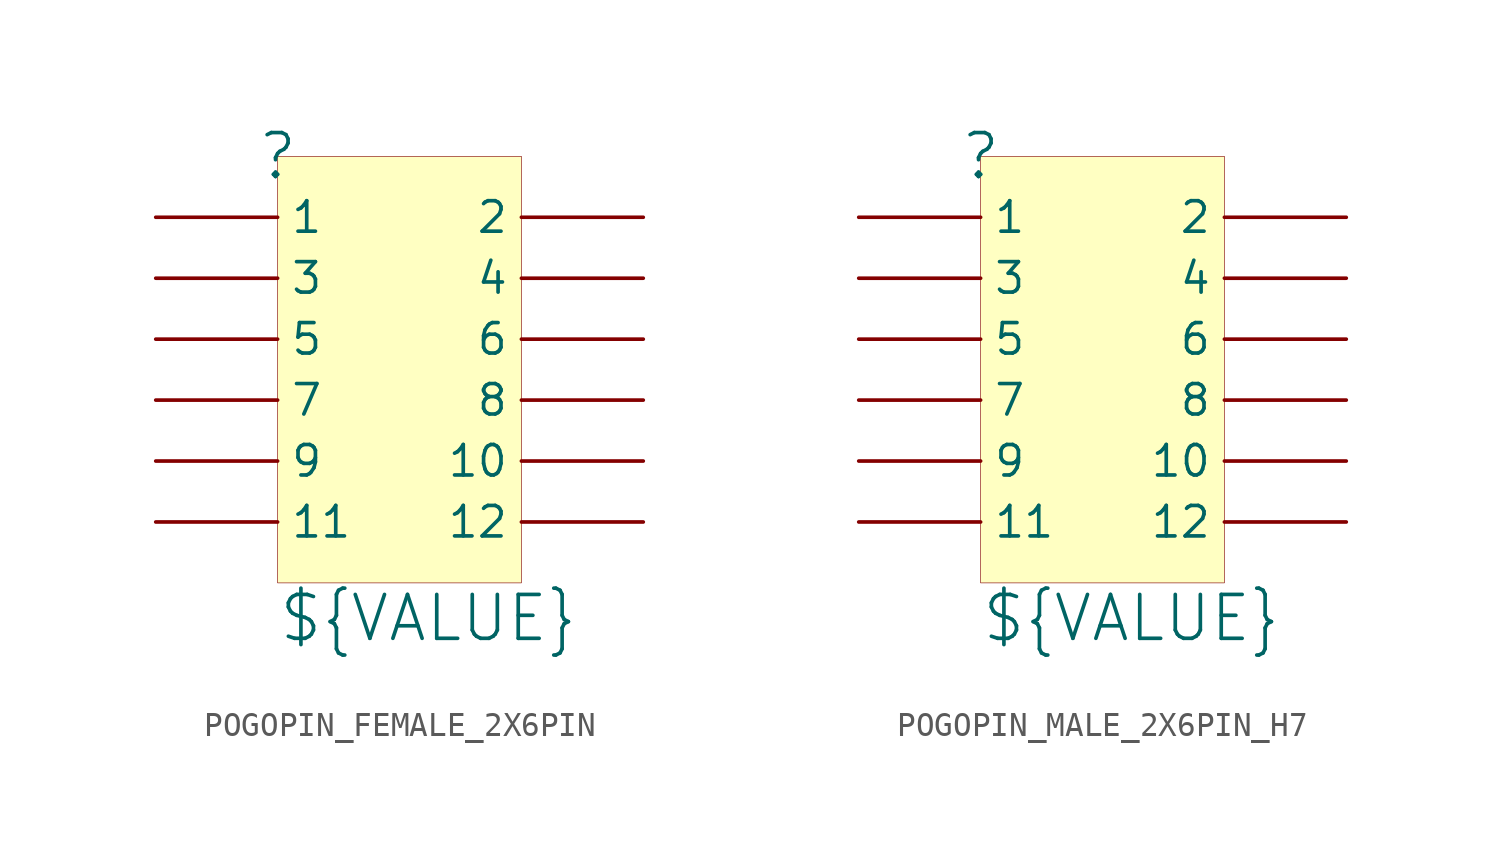
<source format=kicad_sym>
(kicad_symbol_lib
  (version 20241209)
  (generator "kicad_symbol_editor")
  (generator_version "9.0")
  (symbol "POGOPIN_FEMALE_2X6PIN"
    (pin_numbers
      (hide yes))
    (property "Reference" ""
      (at 0 0 0)
      (effects (font (size 1.829 1.829))))
    (property "Value" "${VALUE}"
      (at 0 -20.32 0)
      (effects (font (size 1.829 1.829)) (justify left bottom)))
    (symbol "POGOPIN_FEMALE_2X6PIN_1_0"
      (rectangle (start 10.16 0) (end 0 -17.78) (stroke (width 0.025) (type solid) (color 128 0 0 1)) (fill (type background)))
      (pin passive line (at -5.08 -2.54 0) (length 5.08) (name "1" (effects (font (size 1.27 1.27)))) (number "1" (effects (font (size 1.27 1.27)))))
      (pin passive line (at -5.08 -5.08 0) (length 5.08) (name "3" (effects (font (size 1.27 1.27)))) (number "3" (effects (font (size 1.27 1.27)))))
      (pin passive line (at -5.08 -7.62 0) (length 5.08) (name "5" (effects (font (size 1.27 1.27)))) (number "5" (effects (font (size 1.27 1.27)))))
      (pin passive line (at -5.08 -10.16 0) (length 5.08) (name "7" (effects (font (size 1.27 1.27)))) (number "7" (effects (font (size 1.27 1.27)))))
      (pin passive line (at -5.08 -12.7 0) (length 5.08) (name "9" (effects (font (size 1.27 1.27)))) (number "9" (effects (font (size 1.27 1.27)))))
      (pin passive line (at -5.08 -15.24 0) (length 5.08) (name "11" (effects (font (size 1.27 1.27)))) (number "11" (effects (font (size 1.27 1.27)))))
      (pin passive line (at 15.24 -2.54 180) (length 5.08) (name "2" (effects (font (size 1.27 1.27)))) (number "2" (effects (font (size 1.27 1.27)))))
      (pin passive line (at 15.24 -5.08 180) (length 5.08) (name "4" (effects (font (size 1.27 1.27)))) (number "4" (effects (font (size 1.27 1.27)))))
      (pin passive line (at 15.24 -7.62 180) (length 5.08) (name "6" (effects (font (size 1.27 1.27)))) (number "6" (effects (font (size 1.27 1.27)))))
      (pin passive line (at 15.24 -10.16 180) (length 5.08) (name "8" (effects (font (size 1.27 1.27)))) (number "8" (effects (font (size 1.27 1.27)))))
      (pin passive line (at 15.24 -12.7 180) (length 5.08) (name "10" (effects (font (size 1.27 1.27)))) (number "10" (effects (font (size 1.27 1.27)))))
      (pin passive line (at 15.24 -15.24 180) (length 5.08) (name "12" (effects (font (size 1.27 1.27)))) (number "12" (effects (font (size 1.27 1.27)))))))
  (symbol "POGOPIN_MALE_2X6PIN_H7"
    (pin_numbers
      (hide yes))
    (property "Reference" ""
      (at 0 0 0)
      (effects (font (size 1.829 1.829))))
    (property "Value" "${VALUE}"
      (at 0 -20.32 0)
      (effects (font (size 1.829 1.829)) (justify left bottom)))
    (symbol "POGOPIN_MALE_2X6PIN_H7_1_0"
      (rectangle (start 10.16 0) (end 0 -17.78) (stroke (width 0.025) (type solid) (color 128 0 0 1)) (fill (type background)))
      (pin passive line (at -5.08 -2.54 0) (length 5.08) (name "1" (effects (font (size 1.27 1.27)))) (number "1" (effects (font (size 1.27 1.27)))))
      (pin passive line (at -5.08 -5.08 0) (length 5.08) (name "3" (effects (font (size 1.27 1.27)))) (number "3" (effects (font (size 1.27 1.27)))))
      (pin passive line (at -5.08 -7.62 0) (length 5.08) (name "5" (effects (font (size 1.27 1.27)))) (number "5" (effects (font (size 1.27 1.27)))))
      (pin passive line (at -5.08 -10.16 0) (length 5.08) (name "7" (effects (font (size 1.27 1.27)))) (number "7" (effects (font (size 1.27 1.27)))))
      (pin passive line (at -5.08 -12.7 0) (length 5.08) (name "9" (effects (font (size 1.27 1.27)))) (number "9" (effects (font (size 1.27 1.27)))))
      (pin passive line (at -5.08 -15.24 0) (length 5.08) (name "11" (effects (font (size 1.27 1.27)))) (number "11" (effects (font (size 1.27 1.27)))))
      (pin passive line (at 15.24 -2.54 180) (length 5.08) (name "2" (effects (font (size 1.27 1.27)))) (number "2" (effects (font (size 1.27 1.27)))))
      (pin passive line (at 15.24 -5.08 180) (length 5.08) (name "4" (effects (font (size 1.27 1.27)))) (number "4" (effects (font (size 1.27 1.27)))))
      (pin passive line (at 15.24 -7.62 180) (length 5.08) (name "6" (effects (font (size 1.27 1.27)))) (number "6" (effects (font (size 1.27 1.27)))))
      (pin passive line (at 15.24 -10.16 180) (length 5.08) (name "8" (effects (font (size 1.27 1.27)))) (number "8" (effects (font (size 1.27 1.27)))))
      (pin passive line (at 15.24 -12.7 180) (length 5.08) (name "10" (effects (font (size 1.27 1.27)))) (number "10" (effects (font (size 1.27 1.27)))))
      (pin passive line (at 15.24 -15.24 180) (length 5.08) (name "12" (effects (font (size 1.27 1.27)))) (number "12" (effects (font (size 1.27 1.27))))))))
</source>
